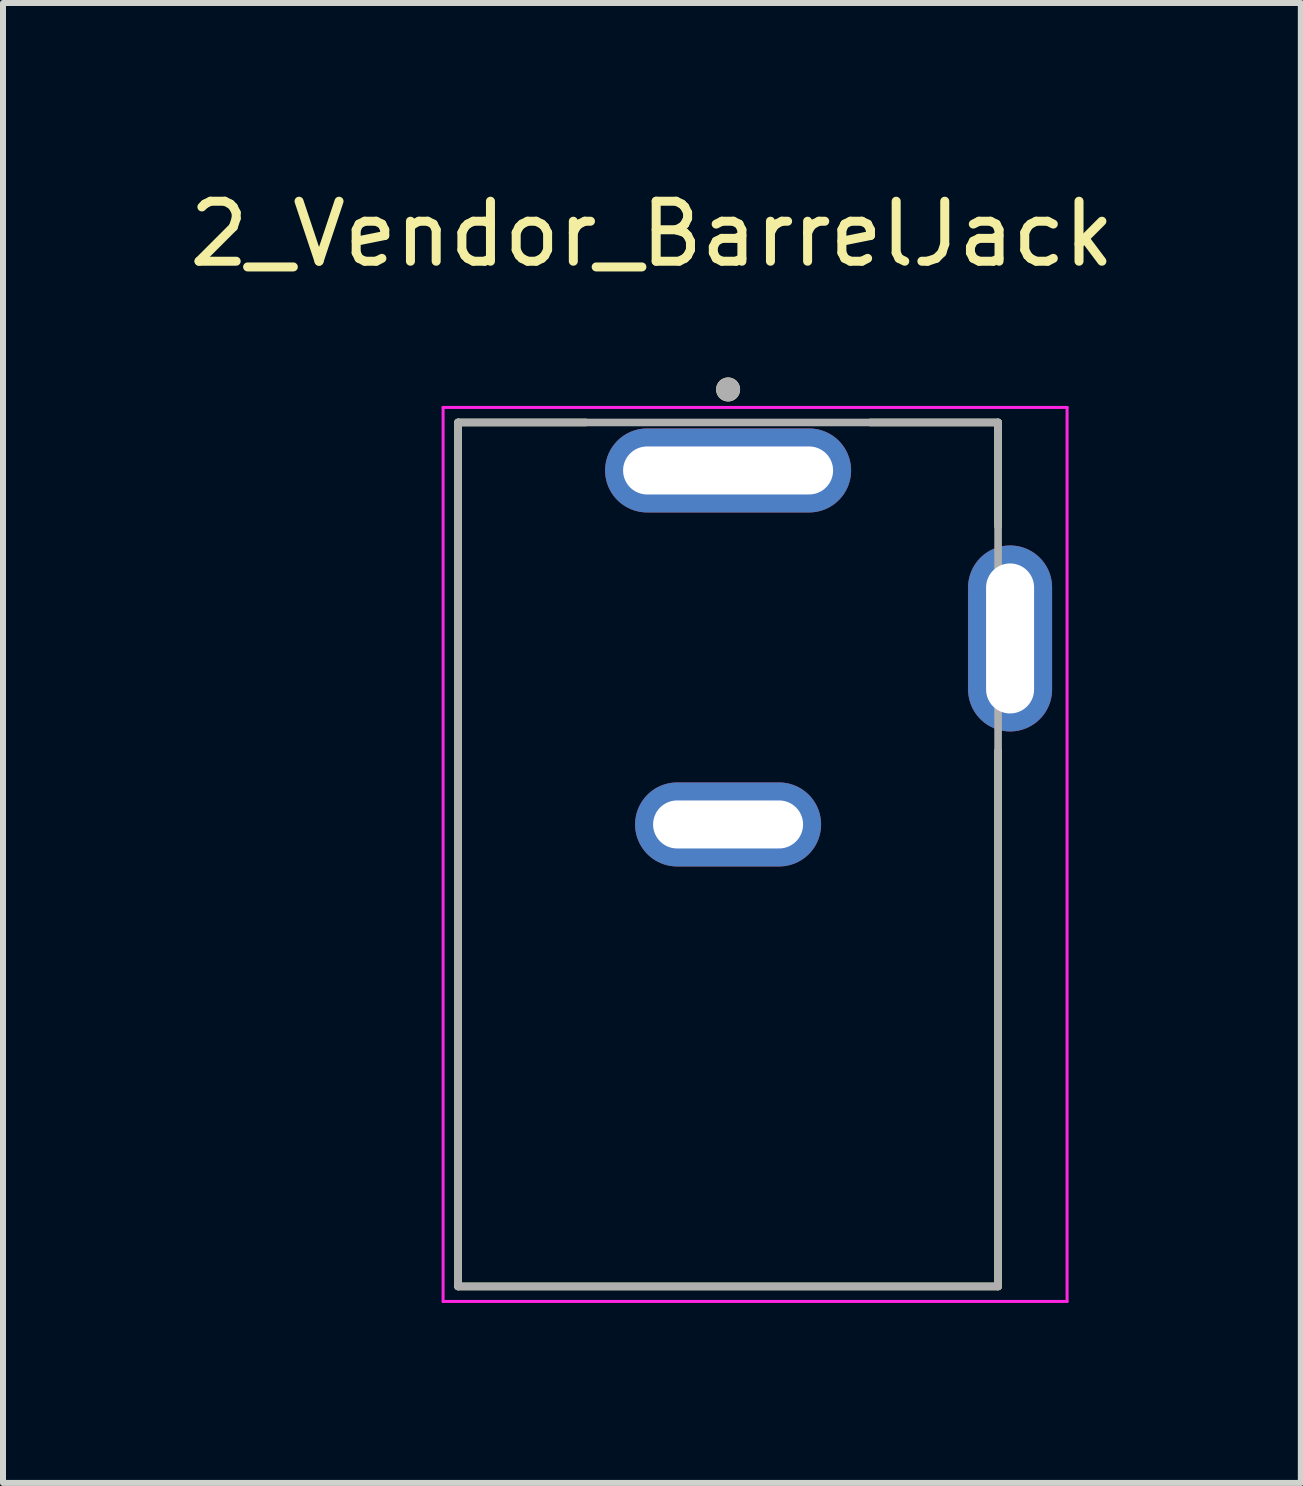
<source format=kicad_pcb>
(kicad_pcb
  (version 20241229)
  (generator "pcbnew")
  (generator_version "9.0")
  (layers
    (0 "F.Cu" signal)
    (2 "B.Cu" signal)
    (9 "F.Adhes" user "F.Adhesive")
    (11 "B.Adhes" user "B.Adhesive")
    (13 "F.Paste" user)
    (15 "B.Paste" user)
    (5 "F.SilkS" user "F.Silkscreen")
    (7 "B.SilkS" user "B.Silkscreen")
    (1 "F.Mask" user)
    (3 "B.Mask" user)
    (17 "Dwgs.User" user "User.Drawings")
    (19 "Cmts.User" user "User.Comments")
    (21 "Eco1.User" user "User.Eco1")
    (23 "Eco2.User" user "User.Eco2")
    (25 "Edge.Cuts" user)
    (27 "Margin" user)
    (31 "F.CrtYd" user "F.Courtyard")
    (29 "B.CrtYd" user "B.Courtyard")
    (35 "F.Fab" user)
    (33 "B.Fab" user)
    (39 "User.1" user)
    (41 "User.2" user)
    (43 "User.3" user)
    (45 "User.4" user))
  (footprint "2_Vendor_BarrelJack"
    (layer "F.Cu")
    (at 9.085 10.691)
    (property "Reference" "2_Vendor_BarrelJack" (at -1.27 -9.842 0) (layer "F.SilkS") (effects (font (size 1 1) (thickness 0.15))))
    (attr through_hole)
    (fp_line (start -4.5 -6.7) (end -2.37 -6.7) (stroke (width 0.127) (type solid)) (layer "F.SilkS"))
    (fp_line (start -4.5 7.7) (end -4.5 -6.7) (stroke (width 0.127) (type solid)) (layer "F.SilkS"))
    (fp_line (start 2.37 -6.7) (end 4.5 -6.7) (stroke (width 0.127) (type solid)) (layer "F.SilkS"))
    (fp_line (start 4.5 -6.7) (end 4.5 -4.97) (stroke (width 0.127) (type solid)) (layer "F.SilkS"))
    (fp_line (start 4.5 7.7) (end -4.5 7.7) (stroke (width 0.127) (type solid)) (layer "F.SilkS"))
    (fp_line (start 4.5 7.7) (end 4.5 -1.23) (stroke (width 0.127) (type solid)) (layer "F.SilkS"))
    (fp_circle (center 0 -7.25) (end 0.1 -7.25) (stroke (width 0.2) (type solid)) (fill no) (layer "F.SilkS"))
    (fp_line (start -4.75 -6.95) (end -4.75 7.95) (stroke (width 0.05) (type solid)) (layer "F.CrtYd"))
    (fp_line (start -4.75 7.95) (end 5.65 7.95) (stroke (width 0.05) (type solid)) (layer "F.CrtYd"))
    (fp_line (start 5.65 -6.95) (end -4.75 -6.95) (stroke (width 0.05) (type solid)) (layer "F.CrtYd"))
    (fp_line (start 5.65 7.95) (end 5.65 -6.95) (stroke (width 0.05) (type solid)) (layer "F.CrtYd"))
    (fp_line (start -4.5 -6.7) (end 4.5 -6.7) (stroke (width 0.127) (type solid)) (layer "F.Fab"))
    (fp_line (start -4.5 7.7) (end -4.5 -6.7) (stroke (width 0.127) (type solid)) (layer "F.Fab"))
    (fp_line (start 4.5 -6.7) (end 4.5 7.7) (stroke (width 0.127) (type solid)) (layer "F.Fab"))
    (fp_line (start 4.5 7.7) (end -4.5 7.7) (stroke (width 0.127) (type solid)) (layer "F.Fab"))
    (fp_circle (center 0 -7.25) (end 0.1 -7.25) (stroke (width 0.2) (type solid)) (fill no) (layer "F.Fab"))
    (pad "1" thru_hole oval (at 0 -5.9) (size 4.1 1.4) (drill oval 3.5 0.8) (layers "*.Cu" "*.Mask"))
    (pad "2" thru_hole oval (at 0 0) (size 3.1 1.4) (drill oval 2.5 0.8) (layers "*.Cu" "*.Mask"))
    (pad "3" thru_hole oval (at 4.7 -3.1) (size 1.4 3.1) (drill oval 0.8 2.5) (layers "*.Cu" "*.Mask")))
  (gr_rect
    (start -3 -3)
    (end 18.631 21.666)
    (stroke (width 0.1) (type default))
    (fill no)
    (layer "Edge.Cuts")))
</source>
